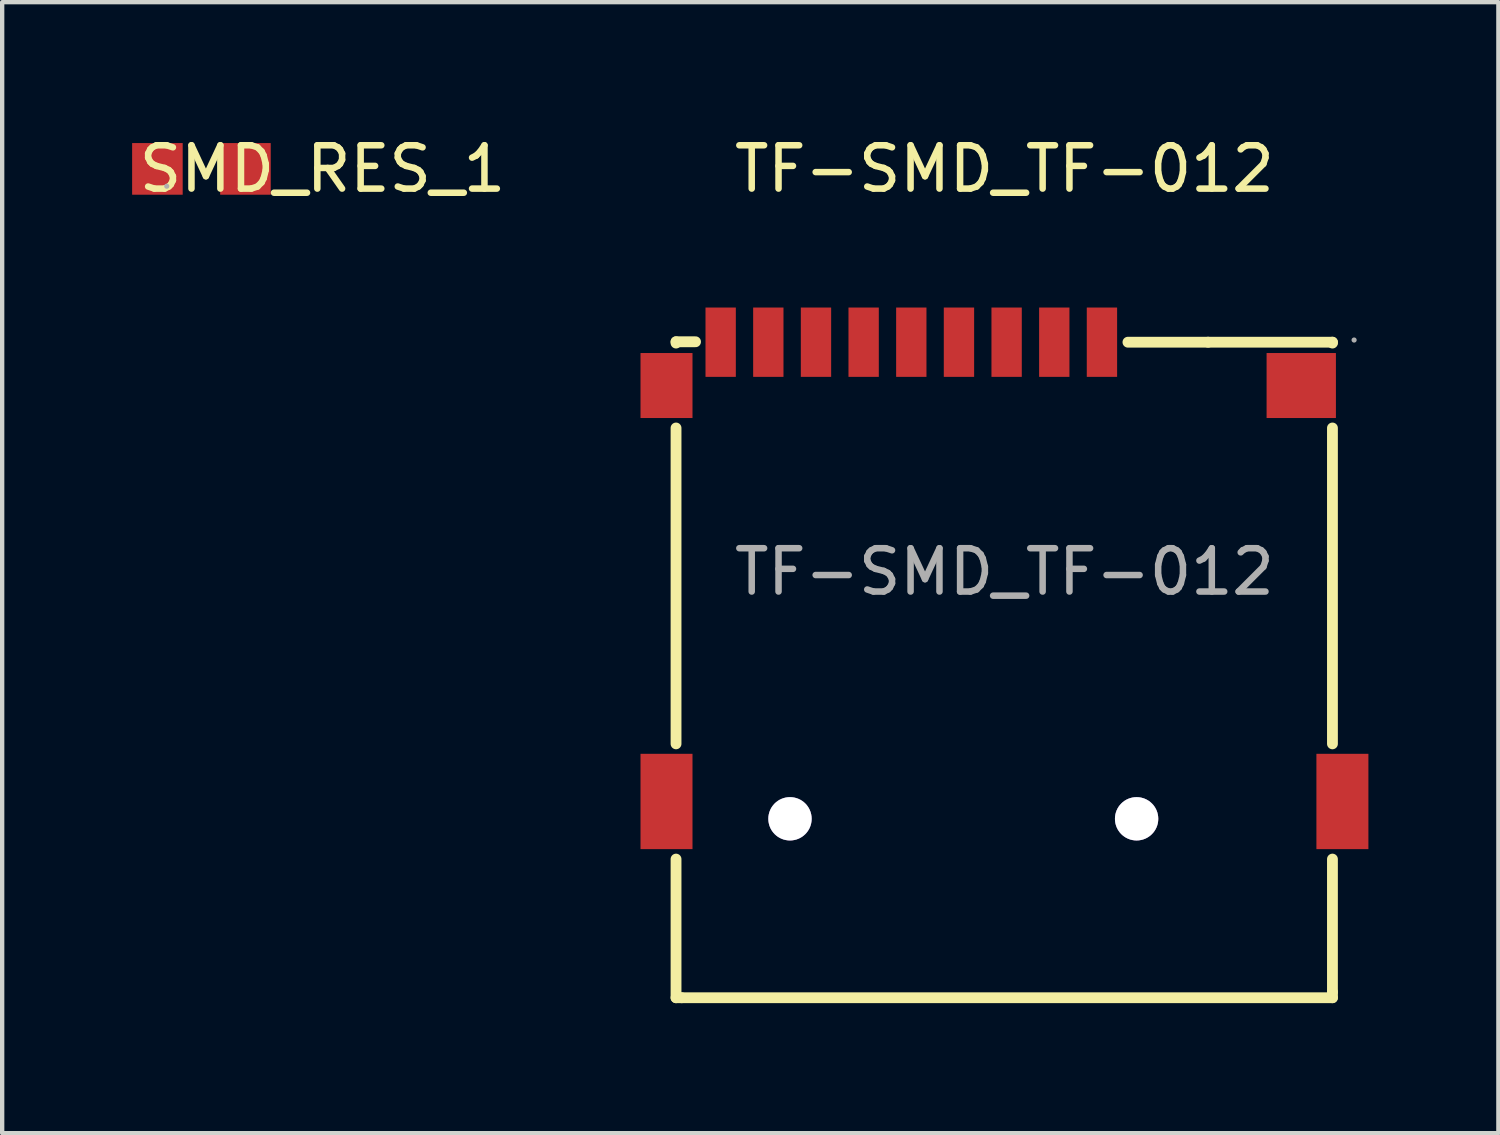
<source format=kicad_pcb>
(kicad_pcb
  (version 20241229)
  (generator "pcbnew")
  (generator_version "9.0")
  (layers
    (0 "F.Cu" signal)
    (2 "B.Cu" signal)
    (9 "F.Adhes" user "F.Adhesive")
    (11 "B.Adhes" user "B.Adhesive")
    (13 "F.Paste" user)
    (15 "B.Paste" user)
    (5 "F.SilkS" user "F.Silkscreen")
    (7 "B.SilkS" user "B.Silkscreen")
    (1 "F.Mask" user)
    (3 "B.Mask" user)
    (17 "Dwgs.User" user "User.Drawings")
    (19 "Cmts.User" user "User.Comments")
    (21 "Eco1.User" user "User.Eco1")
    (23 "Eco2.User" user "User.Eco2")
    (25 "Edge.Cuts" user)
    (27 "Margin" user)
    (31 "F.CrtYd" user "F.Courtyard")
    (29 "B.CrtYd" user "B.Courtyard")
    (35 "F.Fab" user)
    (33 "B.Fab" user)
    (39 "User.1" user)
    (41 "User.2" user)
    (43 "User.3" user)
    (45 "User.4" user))
  (footprint "SMD_RES_1"
    (layer "F.Cu")
    (at 1.599 0.848)
    (property "Reference" "SMD_RES_1" (at 2.794 0 0) (layer "F.SilkS") (effects (font (size 1 1) (thickness 0.15))))
    (attr smd)
    (fp_circle (center -0.8 0.4) (end -0.77 0.4) (stroke (width 0.06) (type solid)) (fill no) (layer "F.Fab"))
    (pad "1" smd rect (at -1.016 0) (size 1.167 1.192) (layers "F.Cu" "F.Mask" "F.Paste"))
    (pad "2" smd rect (at 1.016 0) (size 1.167 1.192) (layers "F.Cu" "F.Mask" "F.Paste")))
  (footprint "TF-SMD_TF-012"
    (layer "F.Cu")
    (at 20.133 10.148)
    (property "Reference" "TF-SMD_TF-012" (at 0 -9.3 0) (layer "F.SilkS") (effects (font (size 1 1) (thickness 0.15))))
    (attr smd)
    (fp_line (start -7.58 -5.31) (end -7.13 -5.31) (stroke (width 0.25) (type solid)) (layer "F.SilkS"))
    (fp_line (start -7.58 -5.28) (end -7.58 -5.31) (stroke (width 0.25) (type solid)) (layer "F.SilkS"))
    (fp_line (start -7.58 3.97) (end -7.58 -3.32) (stroke (width 0.25) (type solid)) (layer "F.SilkS"))
    (fp_line (start -7.58 9.83) (end -7.58 6.63) (stroke (width 0.25) (type solid)) (layer "F.SilkS"))
    (fp_line (start -7.45 9.83) (end -7.58 9.83) (stroke (width 0.25) (type solid)) (layer "F.SilkS"))
    (fp_line (start 4.7 -5.3) (end 2.85 -5.3) (stroke (width 0.25) (type solid)) (layer "F.SilkS"))
    (fp_line (start 4.7 -5.3) (end 7.57 -5.3) (stroke (width 0.25) (type solid)) (layer "F.SilkS"))
    (fp_line (start 7.57 -5.3) (end 7.57 -5.28) (stroke (width 0.25) (type solid)) (layer "F.SilkS"))
    (fp_line (start 7.57 -3.32) (end 7.57 3.97) (stroke (width 0.25) (type solid)) (layer "F.SilkS"))
    (fp_line (start 7.57 6.63) (end 7.57 9.7) (stroke (width 0.25) (type solid)) (layer "F.SilkS"))
    (fp_line (start 7.57 9.7) (end 7.57 9.83) (stroke (width 0.25) (type solid)) (layer "F.SilkS"))
    (fp_line (start 7.57 9.83) (end -7.45 9.83) (stroke (width 0.25) (type solid)) (layer "F.SilkS"))
    (fp_circle (center -4.95 5.7) (end -4.75 5.7) (stroke (width 0.4) (type solid)) (fill no) (layer "Cmts.User"))
    (fp_circle (center 3.05 5.7) (end 3.25 5.7) (stroke (width 0.4) (type solid)) (fill no) (layer "Cmts.User"))
    (fp_circle (center 8.07 -5.35) (end 8.1 -5.35) (stroke (width 0.06) (type solid)) (fill no) (layer "F.Fab"))
    (fp_text user "${REFERENCE}" (at 0 0 0) (layer "F.Fab") (effects (font (size 1 1) (thickness 0.15))))
    (pad "" thru_hole circle (at -4.95 5.7) (size 1 1) (drill 1) (layers "*.Cu" "*.Mask"))
    (pad "" thru_hole circle (at 3.05 5.7) (size 1 1) (drill 1) (layers "*.Cu" "*.Mask"))
    (pad "1" smd rect (at 2.25 -5.3) (size 0.7 1.6) (layers "F.Cu" "F.Mask" "F.Paste"))
    (pad "2" smd rect (at 1.15 -5.3) (size 0.7 1.6) (layers "F.Cu" "F.Mask" "F.Paste"))
    (pad "3" smd rect (at 0.05 -5.3) (size 0.7 1.6) (layers "F.Cu" "F.Mask" "F.Paste"))
    (pad "4" smd rect (at -1.05 -5.3) (size 0.7 1.6) (layers "F.Cu" "F.Mask" "F.Paste"))
    (pad "5" smd rect (at -2.15 -5.3) (size 0.7 1.6) (layers "F.Cu" "F.Mask" "F.Paste"))
    (pad "6" smd rect (at -3.25 -5.3) (size 0.7 1.6) (layers "F.Cu" "F.Mask" "F.Paste"))
    (pad "7" smd rect (at -4.35 -5.3) (size 0.7 1.6) (layers "F.Cu" "F.Mask" "F.Paste"))
    (pad "8" smd rect (at -5.45 -5.3) (size 0.7 1.6) (layers "F.Cu" "F.Mask" "F.Paste"))
    (pad "9" smd rect (at -6.55 -5.3) (size 0.7 1.6) (layers "F.Cu" "F.Mask" "F.Paste"))
    (pad "10" smd rect (at -7.8 -4.3) (size 1.2 1.5) (layers "F.Cu" "F.Mask" "F.Paste"))
    (pad "11" smd rect (at -7.8 5.3) (size 1.2 2.2) (layers "F.Cu" "F.Mask" "F.Paste"))
    (pad "12" smd rect (at 7.8 5.3) (size 1.2 2.2) (layers "F.Cu" "F.Mask" "F.Paste"))
    (pad "13" smd rect (at 6.85 -4.3) (size 1.6 1.5) (layers "F.Cu" "F.Mask" "F.Paste")))
  (gr_rect
    (start -3 -3)
    (end 31.533 23.103)
    (stroke (width 0.1) (type default))
    (fill no)
    (layer "Edge.Cuts")))
</source>
